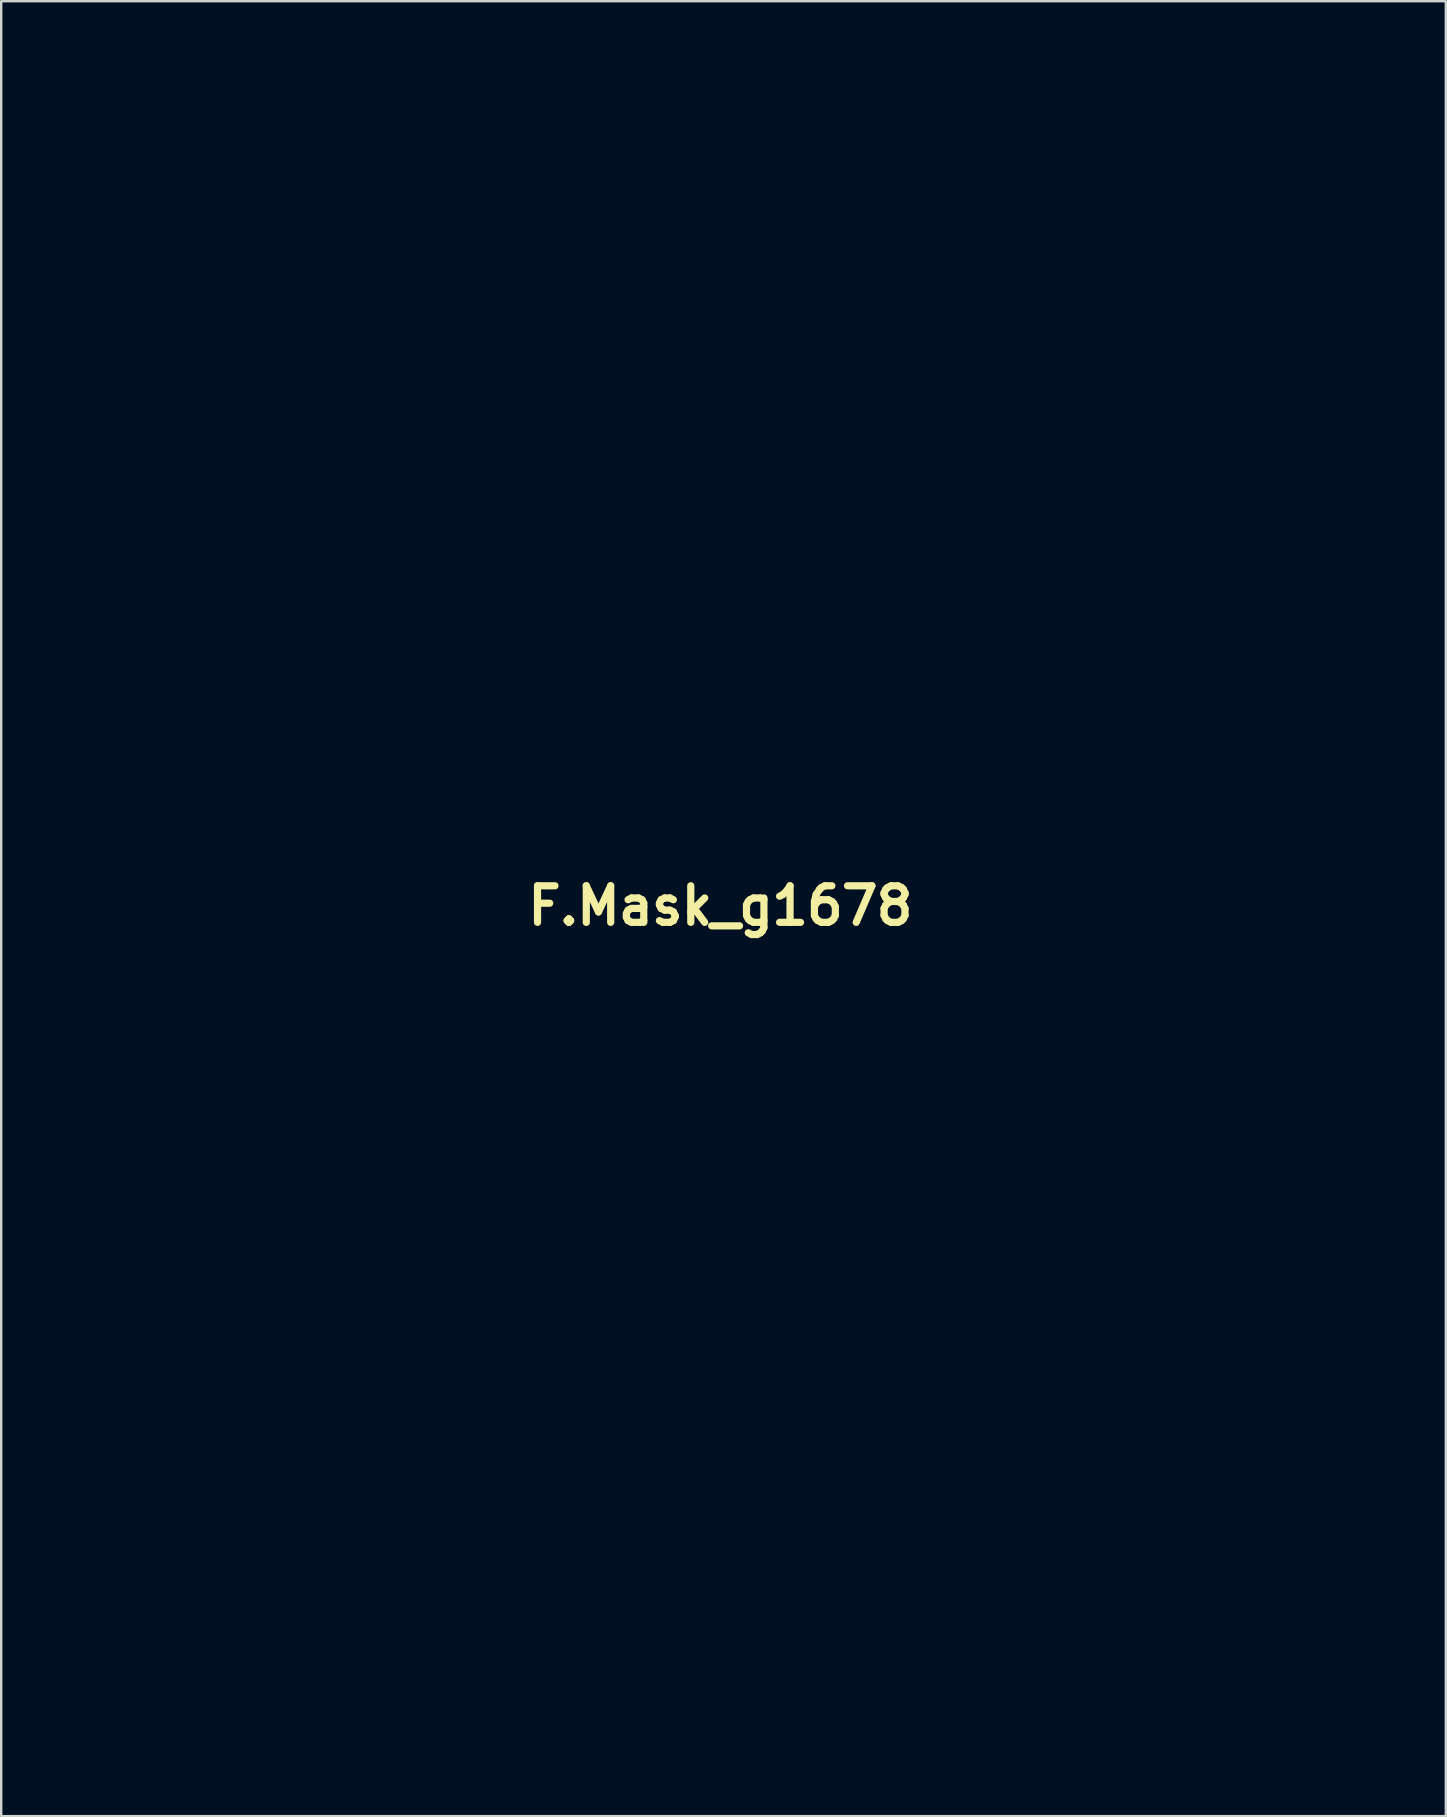
<source format=kicad_pcb>
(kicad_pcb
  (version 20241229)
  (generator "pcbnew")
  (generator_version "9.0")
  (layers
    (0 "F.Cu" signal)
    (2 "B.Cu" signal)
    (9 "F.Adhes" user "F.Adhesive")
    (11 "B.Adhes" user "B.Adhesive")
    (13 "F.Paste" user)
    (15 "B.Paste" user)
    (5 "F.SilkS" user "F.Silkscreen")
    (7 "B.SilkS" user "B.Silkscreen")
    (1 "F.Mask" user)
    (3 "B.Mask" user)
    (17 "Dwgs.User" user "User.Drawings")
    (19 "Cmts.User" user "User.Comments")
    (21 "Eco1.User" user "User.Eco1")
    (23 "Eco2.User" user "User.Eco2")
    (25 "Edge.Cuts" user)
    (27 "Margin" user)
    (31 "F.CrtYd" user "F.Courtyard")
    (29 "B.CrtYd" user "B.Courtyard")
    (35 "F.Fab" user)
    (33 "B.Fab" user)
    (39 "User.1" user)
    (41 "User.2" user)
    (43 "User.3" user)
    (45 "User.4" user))
  (footprint "F.Mask_g1678"
    (layer "F.Cu")
    (at 26.97 34.697)
    (property "Reference" "F.Mask_g1678" (at 0 0 0) (layer "F.SilkS") (effects (font (size 1.524 1.524) (thickness 0.3))))
    (attr through_hole)
    (fp_poly (pts (xy 0.155 -2.053) (xy 0.972 -2.053) (xy 1.749 -2.053) (xy 2.485 -2.053) (xy 3.182 -2.053) (xy 3.841 -2.052) (xy 4.462 -2.052) (xy 5.048 -2.052) (xy 5.599 -2.052) (xy 6.116 -2.052) (xy 6.6 -2.051) (xy 7.052 -2.051) (xy 7.473 -2.05) (xy 7.864 -2.05) (xy 8.227 -2.049) (xy 8.562 -2.049) (xy 8.871 -2.048) (xy 9.154 -2.047) (xy 9.412 -2.046) (xy 9.648 -2.045) (xy 9.86 -2.044) (xy 10.052 -2.043) (xy 10.223 -2.042) (xy 10.374 -2.041) (xy 10.508 -2.04) (xy 10.624 -2.038) (xy 10.725 -2.037) (xy 10.81 -2.035) (xy 10.881 -2.033) (xy 10.939 -2.032) (xy 10.986 -2.03) (xy 11.021 -2.028) (xy 11.047 -2.025) (xy 11.064 -2.023) (xy 11.069 -2.022) (xy 11.274 -1.946) (xy 11.459 -1.835) (xy 11.621 -1.693) (xy 11.755 -1.525) (xy 11.856 -1.334) (xy 11.907 -1.185) (xy 11.928 -1.061) (xy 11.936 -0.916) (xy 11.931 -0.767) (xy 11.913 -0.634) (xy 11.906 -0.604) (xy 11.839 -0.424) (xy 11.738 -0.25) (xy 11.609 -0.091) (xy 11.461 0.043) (xy 11.299 0.143) (xy 11.298 0.144) (xy 11.28 0.154) (xy 11.264 0.163) (xy 11.251 0.172) (xy 11.238 0.18) (xy 11.225 0.188) (xy 11.21 0.195) (xy 11.193 0.202) (xy 11.172 0.209) (xy 11.147 0.215) (xy 11.116 0.221) (xy 11.078 0.226) (xy 11.032 0.231) (xy 10.977 0.236) (xy 10.911 0.24) (xy 10.835 0.244) (xy 10.746 0.248) (xy 10.644 0.251) (xy 10.527 0.254) (xy 10.395 0.257) (xy 10.246 0.259) (xy 10.079 0.262) (xy 9.894 0.264) (xy 9.688 0.265) (xy 9.461 0.267) (xy 9.212 0.268) (xy 8.94 0.269) (xy 8.644 0.27) (xy 8.322 0.271) (xy 7.973 0.272) (xy 7.597 0.272) (xy 7.192 0.273) (xy 6.758 0.273) (xy 6.292 0.273) (xy 5.795 0.273) (xy 5.264 0.273) (xy 4.699 0.273) (xy 4.099 0.273) (xy 3.463 0.273) (xy 2.789 0.273) (xy 2.076 0.272) (xy 1.324 0.272) (xy 0.531 0.272) (xy 0.159 0.272) (xy -0.513 0.272) (xy -1.174 0.272) (xy -1.824 0.271) (xy -2.46 0.271) (xy -3.082 0.271) (xy -3.689 0.27) (xy -4.279 0.27) (xy -4.851 0.27) (xy -5.403 0.269) (xy -5.935 0.269) (xy -6.445 0.269) (xy -6.931 0.268) (xy -7.394 0.268) (xy -7.83 0.267) (xy -8.24 0.267) (xy -8.621 0.266) (xy -8.973 0.266) (xy -9.294 0.265) (xy -9.583 0.265) (xy -9.839 0.264) (xy -10.061 0.264) (xy -10.246 0.263) (xy -10.394 0.263) (xy -10.504 0.262) (xy -10.574 0.262) (xy -10.604 0.261) (xy -10.604 0.261) (xy -10.815 0.209) (xy -11.013 0.121) (xy -11.191 0.002) (xy -11.342 -0.144) (xy -11.422 -0.249) (xy -11.525 -0.439) (xy -11.589 -0.637) (xy -11.616 -0.839) (xy -11.607 -1.04) (xy -11.565 -1.235) (xy -11.491 -1.42) (xy -11.386 -1.59) (xy -11.252 -1.741) (xy -11.091 -1.868) (xy -10.904 -1.966) (xy -10.81 -2.001) (xy -10.645 -2.053) (xy 0.155 -2.053)) (stroke (width 0.01) (type solid)) (fill yes) (layer "F.Mask"))
    (fp_poly (pts (xy 0.637 -34.692) (xy 1.115 -34.692) (xy 1.58 -34.692) (xy 2.03 -34.691) (xy 2.464 -34.691) (xy 2.88 -34.69) (xy 3.276 -34.69) (xy 3.651 -34.689) (xy 4.003 -34.688) (xy 4.33 -34.687) (xy 4.629 -34.687) (xy 4.901 -34.686) (xy 5.143 -34.685) (xy 5.352 -34.683) (xy 5.528 -34.682) (xy 5.669 -34.681) (xy 5.773 -34.68) (xy 5.838 -34.679) (xy 5.863 -34.678) (xy 5.863 -34.677) (xy 5.862 -34.655) (xy 5.857 -34.593) (xy 5.85 -34.491) (xy 5.84 -34.351) (xy 5.827 -34.176) (xy 5.812 -33.965) (xy 5.795 -33.722) (xy 5.775 -33.447) (xy 5.753 -33.142) (xy 5.729 -32.808) (xy 5.704 -32.447) (xy 5.676 -32.061) (xy 5.646 -31.651) (xy 5.615 -31.218) (xy 5.583 -30.764) (xy 5.549 -30.291) (xy 5.513 -29.8) (xy 5.477 -29.293) (xy 5.439 -28.77) (xy 5.401 -28.234) (xy 5.362 -27.687) (xy 5.334 -27.306) (xy 5.253 -26.176) (xy 5.175 -25.087) (xy 5.099 -24.039) (xy 5.027 -23.031) (xy 4.958 -22.063) (xy 4.891 -21.133) (xy 4.827 -20.242) (xy 4.766 -19.389) (xy 4.708 -18.573) (xy 4.652 -17.793) (xy 4.599 -17.048) (xy 4.549 -16.339) (xy 4.501 -15.664) (xy 4.455 -15.022) (xy 4.412 -14.414) (xy 4.371 -13.838) (xy 4.333 -13.293) (xy 4.297 -12.78) (xy 4.263 -12.297) (xy 4.231 -11.844) (xy 4.202 -11.42) (xy 4.174 -11.024) (xy 4.149 -10.656) (xy 4.126 -10.315) (xy 4.104 -10.001) (xy 4.085 -9.712) (xy 4.067 -9.449) (xy 4.052 -9.21) (xy 4.038 -8.995) (xy 4.026 -8.803) (xy 4.015 -8.633) (xy 4.006 -8.486) (xy 3.999 -8.359) (xy 3.993 -8.253) (xy 3.989 -8.167) (xy 3.986 -8.102) (xy 3.973 -7.726) (xy 13.39 -7.725) (xy 14.257 -7.725) (xy 15.083 -7.725) (xy 15.868 -7.725) (xy 16.615 -7.725) (xy 17.323 -7.724) (xy 17.995 -7.724) (xy 18.631 -7.723) (xy 19.232 -7.722) (xy 19.799 -7.721) (xy 20.334 -7.72) (xy 20.837 -7.719) (xy 21.31 -7.718) (xy 21.754 -7.716) (xy 22.17 -7.714) (xy 22.558 -7.712) (xy 22.92 -7.71) (xy 23.257 -7.708) (xy 23.571 -7.705) (xy 23.861 -7.702) (xy 24.13 -7.699) (xy 24.379 -7.696) (xy 24.607 -7.692) (xy 24.818 -7.688) (xy 25.01 -7.684) (xy 25.187 -7.68) (xy 25.349 -7.675) (xy 25.496 -7.67) (xy 25.63 -7.664) (xy 25.752 -7.658) (xy 25.864 -7.652) (xy 25.966 -7.646) (xy 26.059 -7.639) (xy 26.144 -7.632) (xy 26.223 -7.624) (xy 26.297 -7.616) (xy 26.358 -7.609) (xy 26.504 -7.588) (xy 26.621 -7.563) (xy 26.722 -7.529) (xy 26.82 -7.481) (xy 26.928 -7.414) (xy 27.017 -7.354) (xy 27.226 -7.207) (xy 27.213 -1.968) (xy 27.212 -1.327) (xy 27.21 -0.726) (xy 27.208 -0.164) (xy 27.207 0.359) (xy 27.205 0.846) (xy 27.203 1.299) (xy 27.2 1.717) (xy 27.198 2.104) (xy 27.195 2.46) (xy 27.192 2.787) (xy 27.189 3.086) (xy 27.185 3.36) (xy 27.181 3.608) (xy 27.177 3.833) (xy 27.172 4.037) (xy 27.167 4.22) (xy 27.161 4.385) (xy 27.155 4.532) (xy 27.148 4.664) (xy 27.141 4.781) (xy 27.133 4.885) (xy 27.125 4.977) (xy 27.116 5.06) (xy 27.106 5.134) (xy 27.096 5.201) (xy 27.085 5.263) (xy 27.08 5.291) (xy 27.046 5.425) (xy 27.004 5.528) (xy 26.948 5.613) (xy 26.884 5.679) (xy 26.839 5.716) (xy 26.79 5.75) (xy 26.734 5.78) (xy 26.669 5.807) (xy 26.592 5.831) (xy 26.5 5.853) (xy 26.392 5.872) (xy 26.264 5.89) (xy 26.115 5.906) (xy 25.941 5.921) (xy 25.74 5.935) (xy 25.51 5.948) (xy 25.248 5.96) (xy 24.952 5.972) (xy 24.62 5.985) (xy 24.247 5.998) (xy 24.162 6.001) (xy 23.786 6.014) (xy 23.449 6.027) (xy 23.149 6.039) (xy 22.882 6.052) (xy 22.646 6.065) (xy 22.438 6.079) (xy 22.255 6.093) (xy 22.093 6.109) (xy 21.95 6.127) (xy 21.823 6.146) (xy 21.71 6.167) (xy 21.606 6.19) (xy 21.51 6.216) (xy 21.418 6.244) (xy 21.41 6.247) (xy 21.23 6.318) (xy 21.036 6.412) (xy 20.84 6.524) (xy 20.653 6.646) (xy 20.486 6.772) (xy 20.372 6.873) (xy 20.222 7.036) (xy 20.075 7.229) (xy 19.936 7.441) (xy 19.809 7.664) (xy 19.7 7.89) (xy 19.614 8.109) (xy 19.555 8.313) (xy 19.545 8.357) (xy 19.53 8.454) (xy 19.52 8.56) (xy 19.515 8.676) (xy 19.516 8.804) (xy 19.523 8.945) (xy 19.536 9.101) (xy 19.556 9.272) (xy 19.582 9.46) (xy 19.616 9.667) (xy 19.657 9.893) (xy 19.705 10.14) (xy 19.762 10.409) (xy 19.827 10.701) (xy 19.9 11.018) (xy 19.983 11.361) (xy 20.074 11.732) (xy 20.175 12.131) (xy 20.285 12.559) (xy 20.406 13.019) (xy 20.537 13.512) (xy 20.678 14.038) (xy 20.83 14.598) (xy 20.993 15.196) (xy 21.168 15.83) (xy 21.354 16.504) (xy 21.422 16.748) (xy 21.464 16.899) (xy 21.517 17.088) (xy 21.58 17.314) (xy 21.653 17.575) (xy 21.735 17.87) (xy 21.827 18.195) (xy 21.926 18.551) (xy 22.033 18.933) (xy 22.147 19.341) (xy 22.268 19.773) (xy 22.396 20.226) (xy 22.528 20.7) (xy 22.666 21.191) (xy 22.808 21.699) (xy 22.955 22.22) (xy 23.105 22.754) (xy 23.257 23.299) (xy 23.412 23.851) (xy 23.569 24.411) (xy 23.728 24.975) (xy 23.887 25.542) (xy 24.046 26.11) (xy 24.206 26.676) (xy 24.364 27.24) (xy 24.521 27.799) (xy 24.676 28.352) (xy 24.829 28.896) (xy 24.979 29.429) (xy 25.125 29.95) (xy 25.268 30.457) (xy 25.406 30.947) (xy 25.538 31.42) (xy 25.666 31.872) (xy 25.787 32.303) (xy 25.901 32.71) (xy 26.009 33.091) (xy 26.108 33.444) (xy 26.199 33.768) (xy 26.266 34.006) (xy 26.307 34.151) (xy 26.343 34.285) (xy 26.374 34.401) (xy 26.397 34.494) (xy 26.412 34.557) (xy 26.416 34.584) (xy 26.397 34.666) (xy 26.346 34.739) (xy 26.285 34.783) (xy 26.254 34.796) (xy 26.222 34.809) (xy 26.185 34.82) (xy 26.142 34.831) (xy 26.092 34.841) (xy 26.032 34.849) (xy 25.962 34.858) (xy 25.879 34.865) (xy 25.782 34.872) (xy 25.669 34.878) (xy 25.538 34.883) (xy 25.388 34.888) (xy 25.217 34.892) (xy 25.023 34.896) (xy 24.805 34.899) (xy 24.56 34.902) (xy 24.288 34.905) (xy 23.986 34.907) (xy 23.652 34.909) (xy 23.286 34.911) (xy 22.885 34.913) (xy 22.448 34.914) (xy 21.973 34.916) (xy 21.458 34.917) (xy 21.167 34.918) (xy 17.029 34.929) (xy 15.686 30.096) (xy 15.426 29.158) (xy 15.176 28.259) (xy 14.937 27.399) (xy 14.708 26.576) (xy 14.489 25.789) (xy 14.28 25.037) (xy 14.08 24.32) (xy 13.889 23.634) (xy 13.707 22.981) (xy 13.533 22.358) (xy 13.367 21.763) (xy 13.209 21.197) (xy 13.058 20.658) (xy 12.915 20.145) (xy 12.777 19.656) (xy 12.647 19.19) (xy 12.522 18.747) (xy 12.403 18.325) (xy 12.289 17.923) (xy 12.181 17.539) (xy 12.077 17.173) (xy 11.978 16.824) (xy 11.882 16.489) (xy 11.791 16.169) (xy 11.703 15.862) (xy 11.617 15.567) (xy 11.535 15.282) (xy 11.455 15.007) (xy 11.378 14.74) (xy 11.302 14.48) (xy 11.227 14.226) (xy 11.154 13.977) (xy 11.081 13.732) (xy 11.009 13.489) (xy 10.937 13.247) (xy 10.929 13.219) (xy 10.88 13.055) (xy 10.835 12.902) (xy 10.795 12.766) (xy 10.762 12.652) (xy 10.737 12.564) (xy 10.722 12.509) (xy 10.718 12.492) (xy 10.708 12.452) (xy 10.686 12.377) (xy 10.655 12.273) (xy 10.616 12.145) (xy 10.57 12) (xy 10.52 11.842) (xy 10.468 11.678) (xy 10.415 11.512) (xy 10.362 11.351) (xy 10.313 11.2) (xy 10.267 11.065) (xy 10.255 11.028) (xy 10.176 10.803) (xy 10.102 10.611) (xy 10.031 10.444) (xy 9.957 10.294) (xy 9.878 10.151) (xy 9.788 10.009) (xy 9.769 9.98) (xy 9.505 9.621) (xy 9.211 9.288) (xy 8.889 8.984) (xy 8.544 8.711) (xy 8.179 8.473) (xy 7.942 8.343) (xy 7.777 8.264) (xy 7.609 8.193) (xy 7.434 8.131) (xy 7.249 8.076) (xy 7.051 8.027) (xy 6.836 7.986) (xy 6.6 7.949) (xy 6.34 7.918) (xy 6.053 7.892) (xy 5.734 7.869) (xy 5.381 7.85) (xy 4.99 7.833) (xy 4.911 7.83) (xy 4.741 7.826) (xy 4.53 7.821) (xy 4.279 7.817) (xy 3.989 7.814) (xy 3.661 7.812) (xy 3.296 7.81) (xy 2.895 7.809) (xy 2.459 7.808) (xy 1.989 7.808) (xy 1.487 7.809) (xy 0.952 7.81) (xy 0.388 7.812) (xy -0.207 7.815) (xy -0.83 7.818) (xy -1.48 7.822) (xy -2.157 7.826) (xy -2.859 7.831) (xy -3.111 7.833) (xy -6.528 7.86) (xy -7.026 8.09) (xy -7.268 8.203) (xy -7.477 8.304) (xy -7.659 8.396) (xy -7.819 8.483) (xy -7.963 8.568) (xy -8.098 8.654) (xy -8.23 8.745) (xy -8.363 8.844) (xy -8.467 8.924) (xy -8.579 9.018) (xy -8.708 9.136) (xy -8.847 9.27) (xy -8.989 9.412) (xy -9.125 9.555) (xy -9.247 9.69) (xy -9.349 9.811) (xy -9.394 9.868) (xy -9.52 10.043) (xy -9.623 10.199) (xy -9.707 10.349) (xy -9.778 10.503) (xy -9.844 10.673) (xy -9.895 10.827) (xy -9.931 10.941) (xy -9.973 11.076) (xy -10.019 11.226) (xy -10.068 11.388) (xy -10.119 11.555) (xy -10.169 11.723) (xy -10.218 11.887) (xy -10.264 12.041) (xy -10.305 12.181) (xy -10.34 12.301) (xy -10.367 12.397) (xy -10.385 12.462) (xy -10.393 12.494) (xy -10.393 12.495) (xy -10.399 12.519) (xy -10.415 12.58) (xy -10.441 12.673) (xy -10.476 12.796) (xy -10.518 12.943) (xy -10.567 13.112) (xy -10.621 13.298) (xy -10.679 13.498) (xy -10.699 13.566) (xy -10.781 13.849) (xy -10.863 14.131) (xy -10.945 14.415) (xy -11.028 14.701) (xy -11.112 14.991) (xy -11.197 15.286) (xy -11.283 15.587) (xy -11.372 15.896) (xy -11.463 16.213) (xy -11.556 16.541) (xy -11.653 16.881) (xy -11.753 17.233) (xy -11.857 17.599) (xy -11.965 17.98) (xy -12.077 18.379) (xy -12.195 18.795) (xy -12.317 19.23) (xy -12.446 19.686) (xy -12.58 20.163) (xy -12.721 20.664) (xy -12.868 21.189) (xy -13.022 21.739) (xy -13.184 22.317) (xy -13.354 22.923) (xy -13.532 23.558) (xy -13.718 24.224) (xy -13.913 24.922) (xy -14.117 25.654) (xy -14.331 26.42) (xy -14.555 27.222) (xy -14.79 28.061) (xy -15.035 28.939) (xy -15.228 29.63) (xy -15.355 30.088) (xy -15.48 30.534) (xy -15.601 30.969) (xy -15.719 31.389) (xy -15.832 31.793) (xy -15.94 32.18) (xy -16.043 32.547) (xy -16.14 32.894) (xy -16.23 33.217) (xy -16.314 33.517) (xy -16.391 33.79) (xy -16.46 34.035) (xy -16.521 34.251) (xy -16.573 34.436) (xy -16.615 34.587) (xy -16.648 34.704) (xy -16.671 34.784) (xy -16.684 34.826) (xy -16.686 34.833) (xy -16.708 34.834) (xy -16.769 34.836) (xy -16.868 34.838) (xy -17 34.84) (xy -17.164 34.843) (xy -17.357 34.846) (xy -17.575 34.849) (xy -17.816 34.852) (xy -18.078 34.855) (xy -18.357 34.858) (xy -18.651 34.861) (xy -18.957 34.864) (xy -18.968 34.864) (xy -19.375 34.868) (xy -19.788 34.871) (xy -20.206 34.874) (xy -20.624 34.876) (xy -21.042 34.877) (xy -21.457 34.878) (xy -21.866 34.879) (xy -22.267 34.879) (xy -22.657 34.878) (xy -23.034 34.877) (xy -23.395 34.876) (xy -23.739 34.874) (xy -24.063 34.872) (xy -24.364 34.869) (xy -24.639 34.866) (xy -24.887 34.862) (xy -25.105 34.858) (xy -25.291 34.854) (xy -25.442 34.849) (xy -25.555 34.844) (xy -25.629 34.839) (xy -25.633 34.838) (xy -25.742 34.827) (xy -25.847 34.817) (xy -25.934 34.811) (xy -25.979 34.81) (xy -26.083 34.809) (xy -26.071 34.661) (xy -26.062 34.592) (xy -26.043 34.493) (xy -26.016 34.372) (xy -25.984 34.239) (xy -25.951 34.11) (xy -25.877 33.84) (xy -25.8 33.555) (xy -25.717 33.253) (xy -25.63 32.934) (xy -25.537 32.596) (xy -25.438 32.238) (xy -25.333 31.859) (xy -25.223 31.458) (xy -25.105 31.033) (xy -24.98 30.584) (xy -24.848 30.109) (xy -24.709 29.607) (xy -24.561 29.078) (xy -24.406 28.519) (xy -24.241 27.929) (xy -24.068 27.309) (xy -23.885 26.655) (xy -23.693 25.968) (xy -23.491 25.246) (xy -23.279 24.487) (xy -23.056 23.691) (xy -22.823 22.857) (xy -22.592 22.035) (xy -22.4 21.347) (xy -22.218 20.698) (xy -22.047 20.087) (xy -21.886 19.512) (xy -21.735 18.971) (xy -21.593 18.464) (xy -21.46 17.987) (xy -21.336 17.541) (xy -21.219 17.122) (xy -21.11 16.731) (xy -21.009 16.364) (xy -20.913 16.021) (xy -20.825 15.699) (xy -20.742 15.398) (xy -20.664 15.116) (xy -20.591 14.851) (xy -20.523 14.601) (xy -20.459 14.366) (xy -20.399 14.143) (xy -20.342 13.93) (xy -20.287 13.728) (xy -20.235 13.532) (xy -20.185 13.344) (xy -20.141 13.176) (xy -20.099 13.02) (xy -20.061 12.875) (xy -20.026 12.748) (xy -19.997 12.644) (xy -19.975 12.568) (xy -19.962 12.525) (xy -19.96 12.52) (xy -19.944 12.474) (xy -19.919 12.391) (xy -19.888 12.277) (xy -19.851 12.134) (xy -19.809 11.969) (xy -19.763 11.786) (xy -19.715 11.589) (xy -19.666 11.382) (xy -19.616 11.172) (xy -19.567 10.961) (xy -19.519 10.756) (xy -19.475 10.56) (xy -19.435 10.377) (xy -19.4 10.214) (xy -19.378 10.107) (xy -19.314 9.771) (xy -19.265 9.47) (xy -19.231 9.2) (xy -19.211 8.957) (xy -19.206 8.736) (xy -19.217 8.533) (xy -19.242 8.344) (xy -19.283 8.164) (xy -19.339 7.99) (xy -19.411 7.816) (xy -19.433 7.768) (xy -19.547 7.557) (xy -19.691 7.338) (xy -19.856 7.122) (xy -20.035 6.915) (xy -20.222 6.727) (xy -20.408 6.566) (xy -20.505 6.495) (xy -20.637 6.416) (xy -20.796 6.339) (xy -20.967 6.27) (xy -21.134 6.217) (xy -21.156 6.212) (xy -21.265 6.186) (xy -21.38 6.162) (xy -21.503 6.141) (xy -21.639 6.121) (xy -21.789 6.104) (xy -21.958 6.087) (xy -22.148 6.072) (xy -22.362 6.057) (xy -22.603 6.043) (xy -22.875 6.03) (xy -23.18 6.017) (xy -23.522 6.003) (xy -23.855 5.991) (xy -24.23 5.977) (xy -24.566 5.965) (xy -24.864 5.952) (xy -25.128 5.94) (xy -25.359 5.928) (xy -25.561 5.914) (xy -25.737 5.9) (xy -25.887 5.884) (xy -26.016 5.866) (xy -26.126 5.846) (xy -26.219 5.823) (xy -26.298 5.797) (xy -26.366 5.768) (xy -26.424 5.735) (xy -26.476 5.698) (xy -26.525 5.657) (xy -26.572 5.61) (xy -26.598 5.582) (xy -26.658 5.513) (xy -26.711 5.442) (xy -26.756 5.366) (xy -26.794 5.281) (xy -26.827 5.184) (xy -26.854 5.071) (xy -26.876 4.939) (xy -26.894 4.784) (xy -26.909 4.601) (xy -26.922 4.389) (xy -26.933 4.142) (xy -26.942 3.858) (xy -26.945 3.768) (xy -26.947 3.655) (xy -26.95 3.503) (xy -26.952 3.315) (xy -26.954 3.094) (xy -26.956 2.841) (xy -26.957 2.561) (xy -26.959 2.255) (xy -26.96 1.927) (xy -26.961 1.578) (xy -26.962 1.213) (xy -26.963 0.833) (xy -26.964 0.441) (xy -26.965 0.04) (xy -26.965 -0.367) (xy -26.965 -0.778) (xy -26.965 -1.19) (xy -26.965 -1.599) (xy -26.964 -2.004) (xy -26.964 -2.402) (xy -26.963 -2.79) (xy -26.962 -3.165) (xy -26.961 -3.524) (xy -26.961 -3.747) (xy -23.01 -3.747) (xy -22.997 -3.085) (xy -22.995 -2.969) (xy -22.992 -2.814) (xy -22.989 -2.625) (xy -22.986 -2.406) (xy -22.982 -2.161) (xy -22.978 -1.893) (xy -22.974 -1.608) (xy -22.97 -1.308) (xy -22.965 -0.999) (xy -22.961 -0.684) (xy -22.956 -0.366) (xy -22.955 -0.246) (xy -22.951 0.054) (xy -22.947 0.342) (xy -22.943 0.614) (xy -22.939 0.869) (xy -22.935 1.104) (xy -22.932 1.315) (xy -22.929 1.5) (xy -22.926 1.656) (xy -22.923 1.781) (xy -22.921 1.871) (xy -22.92 1.923) (xy -22.919 1.937) (xy -22.898 1.937) (xy -22.836 1.938) (xy -22.737 1.939) (xy -22.601 1.94) (xy -22.432 1.942) (xy -22.23 1.943) (xy -22 1.945) (xy -21.741 1.947) (xy -21.458 1.949) (xy -21.151 1.951) (xy -20.823 1.954) (xy -20.476 1.956) (xy -20.113 1.959) (xy -19.734 1.962) (xy -19.343 1.964) (xy -18.942 1.967) (xy -18.532 1.97) (xy -18.116 1.973) (xy -17.696 1.976) (xy -17.274 1.978) (xy -16.852 1.981) (xy -16.432 1.984) (xy -16.017 1.987) (xy -15.608 1.989) (xy -15.208 1.992) (xy -14.818 1.994) (xy -14.442 1.997) (xy -14.08 1.999) (xy -13.736 2.001) (xy -13.411 2.003) (xy -13.107 2.005) (xy -12.827 2.006) (xy -12.572 2.008) (xy -12.345 2.009) (xy -12.148 2.01) (xy -11.983 2.011) (xy -11.852 2.011) (xy -11.758 2.011) (xy -11.719 2.011) (xy -11.299 2.011) (xy -7.573 5.757) (xy 7.955 5.757) (xy 9.816 3.884) (xy 11.677 2.011) (xy 23.22 2.011) (xy 23.22 -3.747) (xy -23.01 -3.747) (xy -26.961 -3.747) (xy -26.96 -3.865) (xy -26.959 -4.185) (xy -26.957 -4.482) (xy -26.956 -4.752) (xy -26.954 -4.993) (xy -26.952 -5.202) (xy -26.949 -5.377) (xy -26.947 -5.514) (xy -26.945 -5.598) (xy -26.936 -5.862) (xy -26.926 -6.087) (xy -26.915 -6.279) (xy -26.903 -6.441) (xy -26.89 -6.579) (xy -26.874 -6.697) (xy -26.855 -6.798) (xy -26.837 -6.876) (xy -26.813 -6.961) (xy -26.786 -7.037) (xy -26.75 -7.111) (xy -26.703 -7.191) (xy -26.638 -7.284) (xy -26.553 -7.398) (xy -26.498 -7.469) (xy -26.3 -7.724) (xy -14.937 -7.725) (xy -3.575 -7.726) (xy -3.587 -7.795) (xy -3.593 -7.84) (xy -3.601 -7.907) (xy -3.61 -7.996) (xy -3.621 -8.108) (xy -3.634 -8.244) (xy -3.647 -8.404) (xy -3.663 -8.589) (xy -3.68 -8.8) (xy -3.699 -9.037) (xy -3.72 -9.301) (xy -3.742 -9.594) (xy -3.767 -9.914) (xy -3.793 -10.265) (xy -3.821 -10.645) (xy -3.852 -11.055) (xy -3.884 -11.497) (xy -3.919 -11.972) (xy -3.956 -12.479) (xy -3.995 -13.019) (xy -4.036 -13.594) (xy -4.08 -14.203) (xy -4.126 -14.849) (xy -4.175 -15.53) (xy -4.226 -16.249) (xy -4.28 -17.005) (xy -4.336 -17.8) (xy -4.395 -18.634) (xy -4.456 -19.507) (xy -4.521 -20.422) (xy -4.588 -21.377) (xy -4.614 -21.749) (xy -4.68 -22.682) (xy -4.743 -23.574) (xy -4.803 -24.425) (xy -4.861 -25.236) (xy -4.915 -26.007) (xy -4.967 -26.739) (xy -5.017 -27.432) (xy -5.064 -28.088) (xy -5.108 -28.707) (xy -5.15 -29.289) (xy -5.19 -29.836) (xy -5.227 -30.347) (xy -5.262 -30.824) (xy -5.295 -31.267) (xy -5.325 -31.677) (xy -5.354 -32.054) (xy -5.38 -32.399) (xy -5.404 -32.713) (xy -5.426 -32.996) (xy -5.446 -33.249) (xy -5.464 -33.473) (xy -5.481 -33.668) (xy -5.495 -33.835) (xy -5.508 -33.975) (xy -5.515 -34.047) (xy -5.529 -34.195) (xy -5.542 -34.332) (xy -5.553 -34.451) (xy -5.561 -34.546) (xy -5.566 -34.61) (xy -5.567 -34.634) (xy -5.567 -34.692) (xy 0.148 -34.692) (xy 0.637 -34.692)) (stroke (width 0.01) (type solid)) (fill yes) (layer "F.Mask")))
  (gr_rect
    (start -3 -3)
    (end 57.201 72.631)
    (stroke (width 0.1) (type default))
    (fill no)
    (layer "Edge.Cuts")))
</source>
